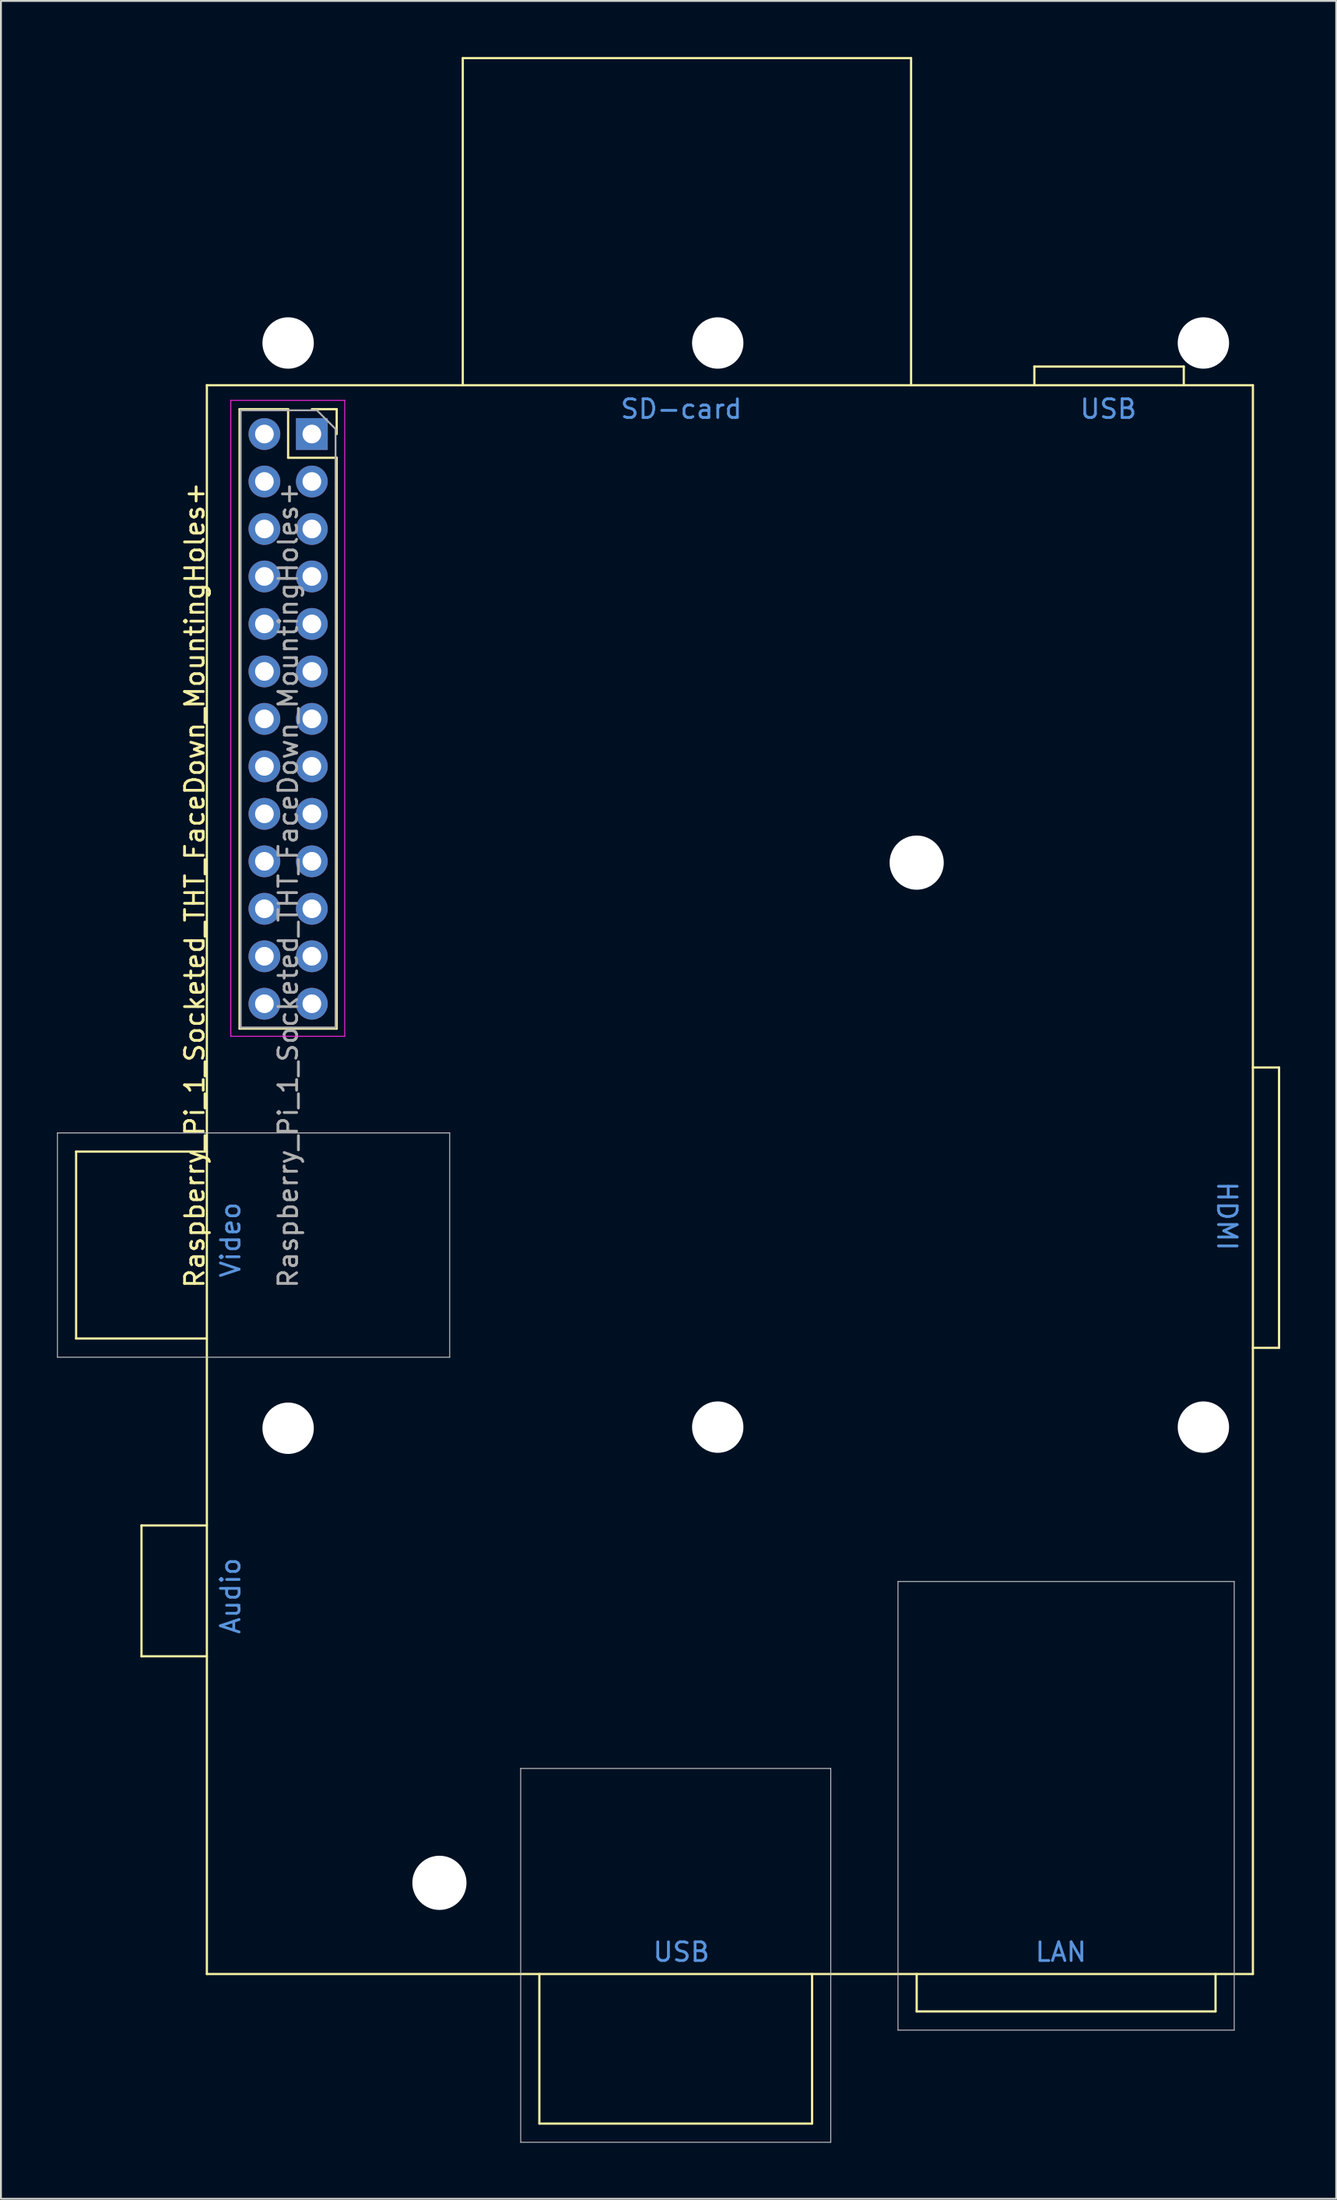
<source format=kicad_pcb>
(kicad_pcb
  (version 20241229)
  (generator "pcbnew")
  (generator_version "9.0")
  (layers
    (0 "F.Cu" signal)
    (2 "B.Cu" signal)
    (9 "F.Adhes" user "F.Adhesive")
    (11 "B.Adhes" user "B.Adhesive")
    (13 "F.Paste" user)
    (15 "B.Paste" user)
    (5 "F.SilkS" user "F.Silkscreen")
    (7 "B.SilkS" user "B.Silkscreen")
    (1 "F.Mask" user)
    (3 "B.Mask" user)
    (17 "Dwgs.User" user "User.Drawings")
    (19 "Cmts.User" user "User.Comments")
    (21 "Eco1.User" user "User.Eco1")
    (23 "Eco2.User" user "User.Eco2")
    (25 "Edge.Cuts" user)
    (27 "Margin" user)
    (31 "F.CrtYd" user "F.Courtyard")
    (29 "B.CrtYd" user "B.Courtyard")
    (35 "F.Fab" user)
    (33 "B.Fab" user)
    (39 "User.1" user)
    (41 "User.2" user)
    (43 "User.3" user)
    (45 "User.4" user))
  (footprint "Raspberry_Pi_1_Socketed_THT_FaceDown_MountingHoles+"
    (layer "F.Cu")
    (at 13.645 20.17)
    (property "Reference" "Raspberry_Pi_1_Socketed_THT_FaceDown_MountingHoles+" (at -6.27 24.13 90) (layer "F.SilkS") (effects (font (size 1 1) (thickness 0.15))))
    (attr through_hole)
    (fp_line (start -12.62 38.39) (end -12.62 48.39) (stroke (width 0.12) (type default)) (layer "F.SilkS"))
    (fp_line (start -9.12 58.39) (end -9.12 65.39) (stroke (width 0.12) (type default)) (layer "F.SilkS"))
    (fp_line (start -5.62 -2.61) (end -5.62 82.39) (stroke (width 0.12) (type default)) (layer "F.SilkS"))
    (fp_line (start -5.62 -2.61) (end 50.38 -2.61) (stroke (width 0.12) (type default)) (layer "F.SilkS"))
    (fp_line (start -5.62 38.39) (end -12.62 38.39) (stroke (width 0.12) (type default)) (layer "F.SilkS"))
    (fp_line (start -5.62 48.39) (end -12.62 48.39) (stroke (width 0.12) (type default)) (layer "F.SilkS"))
    (fp_line (start -5.62 58.39) (end -9.12 58.39) (stroke (width 0.12) (type default)) (layer "F.SilkS"))
    (fp_line (start -5.62 65.39) (end -9.12 65.39) (stroke (width 0.12) (type default)) (layer "F.SilkS"))
    (fp_line (start -5.62 82.39) (end 50.38 82.39) (stroke (width 0.12) (type default)) (layer "F.SilkS"))
    (fp_line (start -3.87 -1.33) (end -3.87 31.81) (stroke (width 0.12) (type solid)) (layer "F.SilkS"))
    (fp_line (start -3.87 -1.33) (end -1.27 -1.33) (stroke (width 0.12) (type solid)) (layer "F.SilkS"))
    (fp_line (start -3.87 31.81) (end 1.33 31.81) (stroke (width 0.12) (type solid)) (layer "F.SilkS"))
    (fp_line (start -1.27 -1.33) (end -1.27 1.27) (stroke (width 0.12) (type solid)) (layer "F.SilkS"))
    (fp_line (start -1.27 1.27) (end 1.33 1.27) (stroke (width 0.12) (type solid)) (layer "F.SilkS"))
    (fp_line (start 0 -1.33) (end 1.33 -1.33) (stroke (width 0.12) (type solid)) (layer "F.SilkS"))
    (fp_line (start 1.33 -1.33) (end 1.33 0) (stroke (width 0.12) (type solid)) (layer "F.SilkS"))
    (fp_line (start 1.33 1.27) (end 1.33 31.81) (stroke (width 0.12) (type solid)) (layer "F.SilkS"))
    (fp_line (start 8.08 -20.11) (end 8.08 -2.61) (stroke (width 0.12) (type default)) (layer "F.SilkS"))
    (fp_line (start 12.18 82.39) (end 12.18 90.39) (stroke (width 0.12) (type default)) (layer "F.SilkS"))
    (fp_line (start 12.18 90.39) (end 26.78 90.39) (stroke (width 0.12) (type default)) (layer "F.SilkS"))
    (fp_line (start 26.78 82.39) (end 26.78 90.39) (stroke (width 0.12) (type default)) (layer "F.SilkS"))
    (fp_line (start 32.08 -20.11) (end 8.08 -20.11) (stroke (width 0.12) (type default)) (layer "F.SilkS"))
    (fp_line (start 32.08 -20.11) (end 32.08 -2.61) (stroke (width 0.12) (type default)) (layer "F.SilkS"))
    (fp_line (start 32.38 82.39) (end 32.38 84.39) (stroke (width 0.12) (type default)) (layer "F.SilkS"))
    (fp_line (start 38.68 -3.61) (end 46.68 -3.61) (stroke (width 0.12) (type default)) (layer "F.SilkS"))
    (fp_line (start 38.68 -2.61) (end 38.68 -3.61) (stroke (width 0.12) (type default)) (layer "F.SilkS"))
    (fp_line (start 46.68 -2.61) (end 46.68 -3.61) (stroke (width 0.12) (type default)) (layer "F.SilkS"))
    (fp_line (start 48.38 82.39) (end 48.38 84.39) (stroke (width 0.12) (type default)) (layer "F.SilkS"))
    (fp_line (start 48.38 84.39) (end 32.38 84.39) (stroke (width 0.12) (type default)) (layer "F.SilkS"))
    (fp_line (start 50.38 -2.61) (end 50.38 82.39) (stroke (width 0.12) (type default)) (layer "F.SilkS"))
    (fp_line (start 51.78 33.89) (end 50.38 33.89) (stroke (width 0.12) (type default)) (layer "F.SilkS"))
    (fp_line (start 51.78 33.89) (end 51.78 48.89) (stroke (width 0.12) (type default)) (layer "F.SilkS"))
    (fp_line (start 51.78 48.89) (end 50.38 48.89) (stroke (width 0.12) (type default)) (layer "F.SilkS"))
    (fp_line (start -13.62 37.39) (end -13.62 49.39) (stroke (width 0.05) (type default)) (layer "Dwgs.User"))
    (fp_line (start -13.62 49.39) (end 7.38 49.39) (stroke (width 0.05) (type default)) (layer "Dwgs.User"))
    (fp_line (start 7.38 37.39) (end -13.62 37.39) (stroke (width 0.05) (type default)) (layer "Dwgs.User"))
    (fp_line (start 7.38 49.39) (end 7.38 37.39) (stroke (width 0.05) (type default)) (layer "Dwgs.User"))
    (fp_line (start 11.18 71.39) (end 11.18 91.39) (stroke (width 0.05) (type default)) (layer "Dwgs.User"))
    (fp_line (start 11.18 71.39) (end 27.78 71.39) (stroke (width 0.05) (type default)) (layer "Dwgs.User"))
    (fp_line (start 11.18 91.39) (end 27.78 91.39) (stroke (width 0.05) (type default)) (layer "Dwgs.User"))
    (fp_line (start 27.78 71.39) (end 27.78 91.39) (stroke (width 0.05) (type default)) (layer "Dwgs.User"))
    (fp_line (start 31.38 61.39) (end 49.38 61.39) (stroke (width 0.05) (type default)) (layer "Dwgs.User"))
    (fp_line (start 31.38 85.39) (end 31.38 61.39) (stroke (width 0.05) (type default)) (layer "Dwgs.User"))
    (fp_line (start 31.38 85.39) (end 49.38 85.39) (stroke (width 0.05) (type default)) (layer "Dwgs.User"))
    (fp_line (start 49.38 85.39) (end 49.38 61.39) (stroke (width 0.05) (type default)) (layer "Dwgs.User"))
    (fp_line (start -4.34 -1.8) (end 1.76 -1.8) (stroke (width 0.05) (type solid)) (layer "F.CrtYd"))
    (fp_line (start -4.34 32.22) (end -4.34 -1.8) (stroke (width 0.05) (type solid)) (layer "F.CrtYd"))
    (fp_line (start 1.76 -1.8) (end 1.76 32.22) (stroke (width 0.05) (type solid)) (layer "F.CrtYd"))
    (fp_line (start 1.76 32.22) (end -4.34 32.22) (stroke (width 0.05) (type solid)) (layer "F.CrtYd"))
    (fp_line (start -3.81 -1.27) (end 0.27 -1.27) (stroke (width 0.1) (type solid)) (layer "F.Fab"))
    (fp_line (start -3.81 31.75) (end -3.81 -1.27) (stroke (width 0.1) (type solid)) (layer "F.Fab"))
    (fp_line (start 0.27 -1.27) (end 1.27 -0.27) (stroke (width 0.1) (type solid)) (layer "F.Fab"))
    (fp_line (start 1.27 -0.27) (end 1.27 31.75) (stroke (width 0.1) (type solid)) (layer "F.Fab"))
    (fp_line (start 1.27 31.75) (end -3.81 31.75) (stroke (width 0.1) (type solid)) (layer "F.Fab"))
    (fp_text user "Audio" (at -4.35 62.16 90) (unlocked yes) (layer "Cmts.User") (effects (font (size 1 1) (thickness 0.15))))
    (fp_text user "SD-card" (at 19.78 -1.34 0) (unlocked yes) (layer "Cmts.User") (effects (font (size 1 1) (thickness 0.15))))
    (fp_text user "LAN" (at 40.1 81.21 0) (unlocked yes) (layer "Cmts.User") (effects (font (size 1 1) (thickness 0.15))))
    (fp_text user "USB" (at 42.64 -1.34 0) (unlocked yes) (layer "Cmts.User") (effects (font (size 1 1) (thickness 0.15))))
    (fp_text user "HDMI" (at 48.99 41.84 270) (unlocked yes) (layer "Cmts.User") (effects (font (size 1 1) (thickness 0.15))))
    (fp_text user "USB" (at 19.78 81.21 0) (unlocked yes) (layer "Cmts.User") (effects (font (size 1 1) (thickness 0.15))))
    (fp_text user "Video" (at -4.35 43.11 90) (unlocked yes) (layer "Cmts.User") (effects (font (size 1 1) (thickness 0.15))))
    (fp_text user "${REFERENCE}" (at -1.27 24.13 90) (layer "F.Fab") (effects (font (size 1 1) (thickness 0.15))))
    (pad "" np_thru_hole circle (at -1.27 -4.87 90) (size 2.75 2.75) (drill 2.75) (layers "*.Cu" "*.Mask"))
    (pad "" np_thru_hole circle (at -1.27 53.19 90) (size 2.75 2.75) (drill 2.75) (layers "*.Cu" "*.Mask"))
    (pad "" np_thru_hole circle (at 6.83 77.51 90) (size 2.9 2.9) (drill 2.9) (layers "*.Cu" "*.Mask"))
    (pad "" np_thru_hole circle (at 21.73 -4.87 90) (size 2.75 2.75) (drill 2.75) (layers "*.Cu" "*.Mask"))
    (pad "" np_thru_hole circle (at 21.73 53.13 90) (size 2.75 2.75) (drill 2.75) (layers "*.Cu" "*.Mask"))
    (pad "" np_thru_hole circle (at 32.38 22.93 90) (size 2.9 2.9) (drill 2.9) (layers "*.Cu" "*.Mask"))
    (pad "" np_thru_hole circle (at 47.73 -4.87 90) (size 2.75 2.75) (drill 2.75) (layers "*.Cu" "*.Mask"))
    (pad "" np_thru_hole circle (at 47.73 53.13 90) (size 2.75 2.75) (drill 2.75) (layers "*.Cu" "*.Mask"))
    (pad "1" thru_hole rect (at 0 0) (size 1.7 1.7) (drill 1) (layers "*.Cu" "*.Mask"))
    (pad "2" thru_hole oval (at -2.54 0) (size 1.7 1.7) (drill 1) (layers "*.Cu" "*.Mask"))
    (pad "3" thru_hole oval (at 0 2.54) (size 1.7 1.7) (drill 1) (layers "*.Cu" "*.Mask"))
    (pad "4" thru_hole oval (at -2.54 2.54) (size 1.7 1.7) (drill 1) (layers "*.Cu" "*.Mask"))
    (pad "5" thru_hole oval (at 0 5.08) (size 1.7 1.7) (drill 1) (layers "*.Cu" "*.Mask"))
    (pad "6" thru_hole oval (at -2.54 5.08) (size 1.7 1.7) (drill 1) (layers "*.Cu" "*.Mask"))
    (pad "7" thru_hole oval (at 0 7.62) (size 1.7 1.7) (drill 1) (layers "*.Cu" "*.Mask"))
    (pad "8" thru_hole oval (at -2.54 7.62) (size 1.7 1.7) (drill 1) (layers "*.Cu" "*.Mask"))
    (pad "9" thru_hole oval (at 0 10.16) (size 1.7 1.7) (drill 1) (layers "*.Cu" "*.Mask"))
    (pad "10" thru_hole oval (at -2.54 10.16) (size 1.7 1.7) (drill 1) (layers "*.Cu" "*.Mask"))
    (pad "11" thru_hole oval (at 0 12.7) (size 1.7 1.7) (drill 1) (layers "*.Cu" "*.Mask"))
    (pad "12" thru_hole oval (at -2.54 12.7) (size 1.7 1.7) (drill 1) (layers "*.Cu" "*.Mask"))
    (pad "13" thru_hole oval (at 0 15.24) (size 1.7 1.7) (drill 1) (layers "*.Cu" "*.Mask"))
    (pad "14" thru_hole oval (at -2.54 15.24) (size 1.7 1.7) (drill 1) (layers "*.Cu" "*.Mask"))
    (pad "15" thru_hole oval (at 0 17.78) (size 1.7 1.7) (drill 1) (layers "*.Cu" "*.Mask"))
    (pad "16" thru_hole oval (at -2.54 17.78) (size 1.7 1.7) (drill 1) (layers "*.Cu" "*.Mask"))
    (pad "17" thru_hole oval (at 0 20.32) (size 1.7 1.7) (drill 1) (layers "*.Cu" "*.Mask"))
    (pad "18" thru_hole oval (at -2.54 20.32) (size 1.7 1.7) (drill 1) (layers "*.Cu" "*.Mask"))
    (pad "19" thru_hole oval (at 0 22.86) (size 1.7 1.7) (drill 1) (layers "*.Cu" "*.Mask"))
    (pad "20" thru_hole oval (at -2.54 22.86) (size 1.7 1.7) (drill 1) (layers "*.Cu" "*.Mask"))
    (pad "21" thru_hole oval (at 0 25.4) (size 1.7 1.7) (drill 1) (layers "*.Cu" "*.Mask"))
    (pad "22" thru_hole oval (at -2.54 25.4) (size 1.7 1.7) (drill 1) (layers "*.Cu" "*.Mask"))
    (pad "23" thru_hole oval (at 0 27.94) (size 1.7 1.7) (drill 1) (layers "*.Cu" "*.Mask"))
    (pad "24" thru_hole oval (at -2.54 27.94) (size 1.7 1.7) (drill 1) (layers "*.Cu" "*.Mask"))
    (pad "25" thru_hole oval (at 0 30.48) (size 1.7 1.7) (drill 1) (layers "*.Cu" "*.Mask"))
    (pad "26" thru_hole oval (at -2.54 30.48) (size 1.7 1.7) (drill 1) (layers "*.Cu" "*.Mask")))
  (gr_rect
    (start -3 -3)
    (end 68.485 114.585)
    (stroke (width 0.1) (type default))
    (fill no)
    (layer "Edge.Cuts")))
</source>
